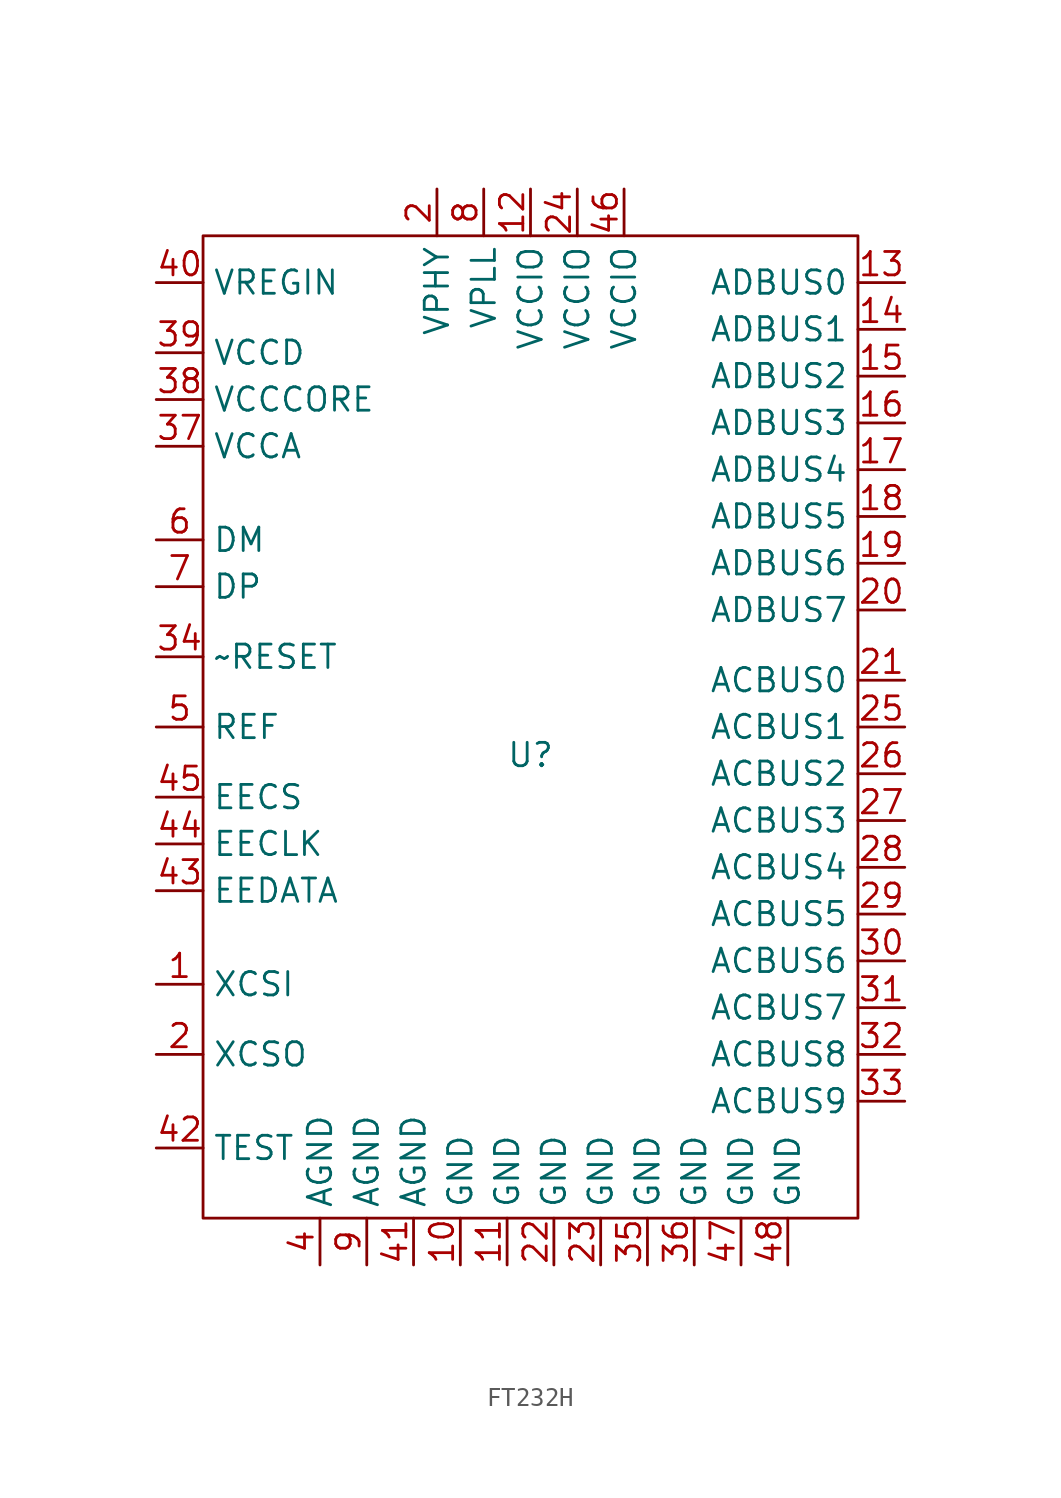
<source format=kicad_sym>
(kicad_symbol_lib
  (version 20231120)
  (generator "kicad_symbol_editor")
  (generator_version "8.0")
  (symbol "FT232H"
    (property "Reference" "U"
      (at 0 -1.524 0)
      (effects (font (size 1.27 1.27))))
    (property "Value" ""
      (at 0 3.81 0)
      (effects (font (size 1.27 1.27))))
    (symbol "FT232H_0_1"
      (rectangle (start -17.78 26.67) (end 17.78 -26.67) (stroke (width 0) (type default)) (fill (type none))))
    (symbol "FT232H_1_1"
      (pin input line (at -20.32 -13.97 0) (length 2.54) (name "XCSI" (effects (font (size 1.27 1.27)))) (number "1" (effects (font (size 1.27 1.27)))))
      (pin input line (at -3.81 -29.21 90) (length 2.54) (name "GND" (effects (font (size 1.27 1.27)))) (number "10" (effects (font (size 1.27 1.27)))))
      (pin input line (at -1.27 -29.21 90) (length 2.54) (name "GND" (effects (font (size 1.27 1.27)))) (number "11" (effects (font (size 1.27 1.27)))))
      (pin input line (at 0 29.21 270) (length 2.54) (name "VCCIO" (effects (font (size 1.27 1.27)))) (number "12" (effects (font (size 1.27 1.27)))))
      (pin input line (at 20.32 24.13 180) (length 2.54) (name "ADBUS0" (effects (font (size 1.27 1.27)))) (number "13" (effects (font (size 1.27 1.27)))))
      (pin input line (at 20.32 21.59 180) (length 2.54) (name "ADBUS1" (effects (font (size 1.27 1.27)))) (number "14" (effects (font (size 1.27 1.27)))))
      (pin input line (at 20.32 19.05 180) (length 2.54) (name "ADBUS2" (effects (font (size 1.27 1.27)))) (number "15" (effects (font (size 1.27 1.27)))))
      (pin input line (at 20.32 16.51 180) (length 2.54) (name "ADBUS3" (effects (font (size 1.27 1.27)))) (number "16" (effects (font (size 1.27 1.27)))))
      (pin input line (at 20.32 13.97 180) (length 2.54) (name "ADBUS4" (effects (font (size 1.27 1.27)))) (number "17" (effects (font (size 1.27 1.27)))))
      (pin input line (at 20.32 11.43 180) (length 2.54) (name "ADBUS5" (effects (font (size 1.27 1.27)))) (number "18" (effects (font (size 1.27 1.27)))))
      (pin input line (at 20.32 8.89 180) (length 2.54) (name "ADBUS6" (effects (font (size 1.27 1.27)))) (number "19" (effects (font (size 1.27 1.27)))))
      (pin input line (at -5.08 29.21 270) (length 2.54) (name "VPHY" (effects (font (size 1.27 1.27)))) (number "2" (effects (font (size 1.27 1.27)))))
      (pin input line (at -20.32 -17.78 0) (length 2.54) (name "XCSO" (effects (font (size 1.27 1.27)))) (number "2" (effects (font (size 1.27 1.27)))))
      (pin input line (at 20.32 6.35 180) (length 2.54) (name "ADBUS7" (effects (font (size 1.27 1.27)))) (number "20" (effects (font (size 1.27 1.27)))))
      (pin input line (at 20.32 2.54 180) (length 2.54) (name "ACBUS0" (effects (font (size 1.27 1.27)))) (number "21" (effects (font (size 1.27 1.27)))))
      (pin input line (at 1.27 -29.21 90) (length 2.54) (name "GND" (effects (font (size 1.27 1.27)))) (number "22" (effects (font (size 1.27 1.27)))))
      (pin input line (at 3.81 -29.21 90) (length 2.54) (name "GND" (effects (font (size 1.27 1.27)))) (number "23" (effects (font (size 1.27 1.27)))))
      (pin input line (at 2.54 29.21 270) (length 2.54) (name "VCCIO" (effects (font (size 1.27 1.27)))) (number "24" (effects (font (size 1.27 1.27)))))
      (pin input line (at 20.32 0 180) (length 2.54) (name "ACBUS1" (effects (font (size 1.27 1.27)))) (number "25" (effects (font (size 1.27 1.27)))))
      (pin input line (at 20.32 -2.54 180) (length 2.54) (name "ACBUS2" (effects (font (size 1.27 1.27)))) (number "26" (effects (font (size 1.27 1.27)))))
      (pin input line (at 20.32 -5.08 180) (length 2.54) (name "ACBUS3" (effects (font (size 1.27 1.27)))) (number "27" (effects (font (size 1.27 1.27)))))
      (pin input line (at 20.32 -7.62 180) (length 2.54) (name "ACBUS4" (effects (font (size 1.27 1.27)))) (number "28" (effects (font (size 1.27 1.27)))))
      (pin input line (at 20.32 -10.16 180) (length 2.54) (name "ACBUS5" (effects (font (size 1.27 1.27)))) (number "29" (effects (font (size 1.27 1.27)))))
      (pin input line (at 20.32 -12.7 180) (length 2.54) (name "ACBUS6" (effects (font (size 1.27 1.27)))) (number "30" (effects (font (size 1.27 1.27)))))
      (pin input line (at 20.32 -15.24 180) (length 2.54) (name "ACBUS7" (effects (font (size 1.27 1.27)))) (number "31" (effects (font (size 1.27 1.27)))))
      (pin input line (at 20.32 -17.78 180) (length 2.54) (name "ACBUS8" (effects (font (size 1.27 1.27)))) (number "32" (effects (font (size 1.27 1.27)))))
      (pin input line (at 20.32 -20.32 180) (length 2.54) (name "ACBUS9" (effects (font (size 1.27 1.27)))) (number "33" (effects (font (size 1.27 1.27)))))
      (pin input line (at -20.32 3.81 0) (length 2.54) (name "~RESET" (effects (font (size 1.27 1.27)))) (number "34" (effects (font (size 1.27 1.27)))))
      (pin input line (at 6.35 -29.21 90) (length 2.54) (name "GND" (effects (font (size 1.27 1.27)))) (number "35" (effects (font (size 1.27 1.27)))))
      (pin input line (at 8.89 -29.21 90) (length 2.54) (name "GND" (effects (font (size 1.27 1.27)))) (number "36" (effects (font (size 1.27 1.27)))))
      (pin input line (at -20.32 15.24 0) (length 2.54) (name "VCCA" (effects (font (size 1.27 1.27)))) (number "37" (effects (font (size 1.27 1.27)))))
      (pin input line (at -20.32 17.78 0) (length 2.54) (name "VCCCORE" (effects (font (size 1.27 1.27)))) (number "38" (effects (font (size 1.27 1.27)))))
      (pin input line (at -20.32 20.32 0) (length 2.54) (name "VCCD" (effects (font (size 1.27 1.27)))) (number "39" (effects (font (size 1.27 1.27)))))
      (pin input line (at -11.43 -29.21 90) (length 2.54) (name "AGND" (effects (font (size 1.27 1.27)))) (number "4" (effects (font (size 1.27 1.27)))))
      (pin input line (at -20.32 24.13 0) (length 2.54) (name "VREGIN" (effects (font (size 1.27 1.27)))) (number "40" (effects (font (size 1.27 1.27)))))
      (pin input line (at -6.35 -29.21 90) (length 2.54) (name "AGND" (effects (font (size 1.27 1.27)))) (number "41" (effects (font (size 1.27 1.27)))))
      (pin input line (at -20.32 -22.86 0) (length 2.54) (name "TEST" (effects (font (size 1.27 1.27)))) (number "42" (effects (font (size 1.27 1.27)))))
      (pin input line (at -20.32 -8.89 0) (length 2.54) (name "EEDATA" (effects (font (size 1.27 1.27)))) (number "43" (effects (font (size 1.27 1.27)))))
      (pin input line (at -20.32 -6.35 0) (length 2.54) (name "EECLK" (effects (font (size 1.27 1.27)))) (number "44" (effects (font (size 1.27 1.27)))))
      (pin input line (at -20.32 -3.81 0) (length 2.54) (name "EECS" (effects (font (size 1.27 1.27)))) (number "45" (effects (font (size 1.27 1.27)))))
      (pin input line (at 5.08 29.21 270) (length 2.54) (name "VCCIO" (effects (font (size 1.27 1.27)))) (number "46" (effects (font (size 1.27 1.27)))))
      (pin input line (at 11.43 -29.21 90) (length 2.54) (name "GND" (effects (font (size 1.27 1.27)))) (number "47" (effects (font (size 1.27 1.27)))))
      (pin input line (at 13.97 -29.21 90) (length 2.54) (name "GND" (effects (font (size 1.27 1.27)))) (number "48" (effects (font (size 1.27 1.27)))))
      (pin input line (at -20.32 0 0) (length 2.54) (name "REF" (effects (font (size 1.27 1.27)))) (number "5" (effects (font (size 1.27 1.27)))))
      (pin input line (at -20.32 10.16 0) (length 2.54) (name "DM" (effects (font (size 1.27 1.27)))) (number "6" (effects (font (size 1.27 1.27)))))
      (pin input line (at -20.32 7.62 0) (length 2.54) (name "DP" (effects (font (size 1.27 1.27)))) (number "7" (effects (font (size 1.27 1.27)))))
      (pin input line (at -2.54 29.21 270) (length 2.54) (name "VPLL" (effects (font (size 1.27 1.27)))) (number "8" (effects (font (size 1.27 1.27)))))
      (pin input line (at -8.89 -29.21 90) (length 2.54) (name "AGND" (effects (font (size 1.27 1.27)))) (number "9" (effects (font (size 1.27 1.27))))))))
</source>
